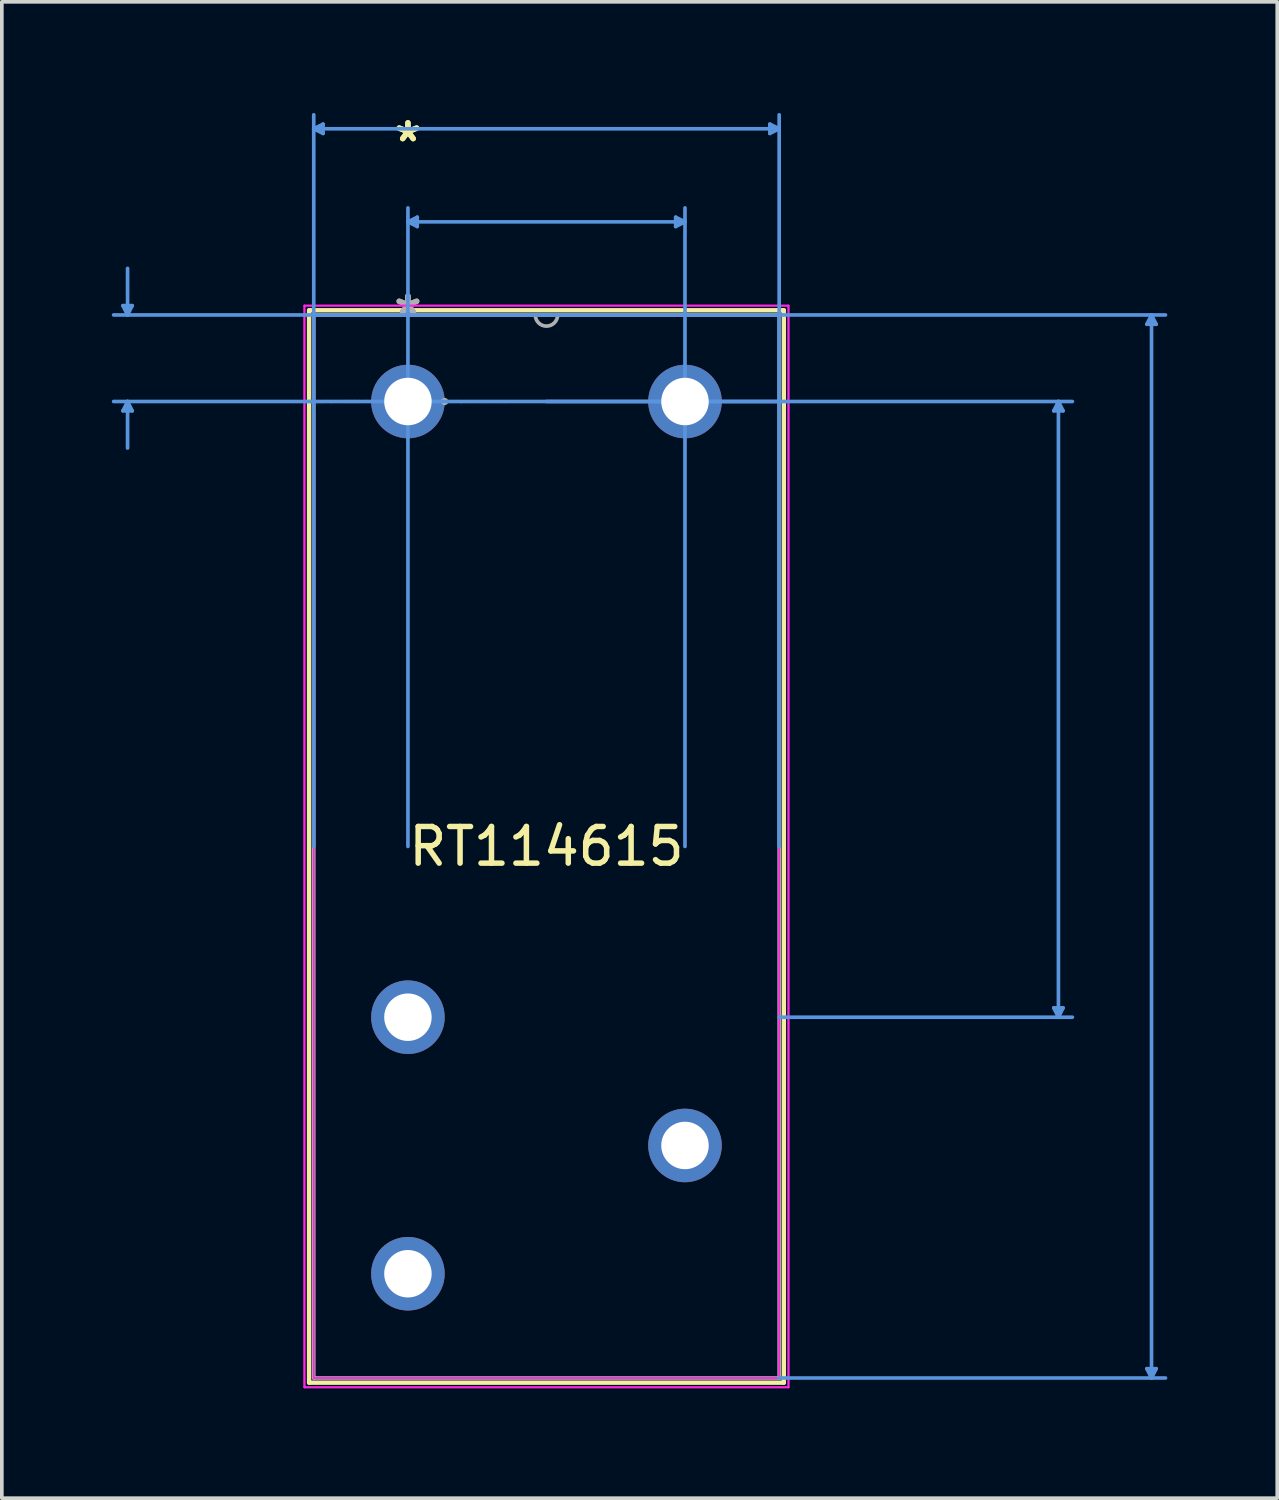
<source format=kicad_pcb>
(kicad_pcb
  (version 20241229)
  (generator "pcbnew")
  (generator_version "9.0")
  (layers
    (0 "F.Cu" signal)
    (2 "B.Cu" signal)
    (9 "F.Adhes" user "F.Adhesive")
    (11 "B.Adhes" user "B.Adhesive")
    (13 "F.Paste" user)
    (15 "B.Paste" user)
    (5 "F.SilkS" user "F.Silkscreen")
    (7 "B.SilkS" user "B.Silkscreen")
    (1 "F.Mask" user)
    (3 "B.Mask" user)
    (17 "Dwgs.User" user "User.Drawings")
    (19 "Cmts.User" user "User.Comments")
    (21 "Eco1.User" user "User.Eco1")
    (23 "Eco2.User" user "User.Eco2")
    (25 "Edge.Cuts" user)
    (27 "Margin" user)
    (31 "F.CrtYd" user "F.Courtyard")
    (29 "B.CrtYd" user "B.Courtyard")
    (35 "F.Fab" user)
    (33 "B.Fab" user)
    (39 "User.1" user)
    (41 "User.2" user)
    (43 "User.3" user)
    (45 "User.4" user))
  (footprint "RT114615"
    (layer "F.Cu")
    (at 8.081 7.906)
    (property "Reference" "RT114615" (at 3.78 12.141 0) (layer "F.SilkS") (effects (font (size 1 1) (thickness 0.15))))
    (attr through_hole)
    (fp_line (start -2.697 -2.489) (end -2.697 26.772) (stroke (width 0.12) (type solid)) (layer "F.SilkS"))
    (fp_line (start -2.697 26.772) (end 10.257 26.772) (stroke (width 0.12) (type solid)) (layer "F.SilkS"))
    (fp_line (start 10.257 -2.489) (end -2.697 -2.489) (stroke (width 0.12) (type solid)) (layer "F.SilkS"))
    (fp_line (start 10.257 26.772) (end 10.257 -2.489) (stroke (width 0.12) (type solid)) (layer "F.SilkS"))
    (fp_line (start -7.777 -2.616) (end -7.523 -2.616) (stroke (width 0.1) (type solid)) (layer "Cmts.User"))
    (fp_line (start -7.777 0.254) (end -7.523 0.254) (stroke (width 0.1) (type solid)) (layer "Cmts.User"))
    (fp_line (start -7.65 -2.362) (end -7.777 -2.616) (stroke (width 0.1) (type solid)) (layer "Cmts.User"))
    (fp_line (start -7.65 -2.362) (end -7.65 -3.632) (stroke (width 0.1) (type solid)) (layer "Cmts.User"))
    (fp_line (start -7.65 -2.362) (end -7.523 -2.616) (stroke (width 0.1) (type solid)) (layer "Cmts.User"))
    (fp_line (start -7.65 0) (end -7.777 0.254) (stroke (width 0.1) (type solid)) (layer "Cmts.User"))
    (fp_line (start -7.65 0) (end -7.65 1.27) (stroke (width 0.1) (type solid)) (layer "Cmts.User"))
    (fp_line (start -7.65 0) (end -7.523 0.254) (stroke (width 0.1) (type solid)) (layer "Cmts.User"))
    (fp_line (start -2.57 -7.442) (end -2.316 -7.569) (stroke (width 0.1) (type solid)) (layer "Cmts.User"))
    (fp_line (start -2.57 -7.442) (end -2.316 -7.315) (stroke (width 0.1) (type solid)) (layer "Cmts.User"))
    (fp_line (start -2.57 -7.442) (end 10.13 -7.442) (stroke (width 0.1) (type solid)) (layer "Cmts.User"))
    (fp_line (start -2.57 12.141) (end -2.57 -7.823) (stroke (width 0.1) (type solid)) (layer "Cmts.User"))
    (fp_line (start -2.316 -7.569) (end -2.316 -7.315) (stroke (width 0.1) (type solid)) (layer "Cmts.User"))
    (fp_line (start 0 -4.902) (end 0.254 -5.029) (stroke (width 0.1) (type solid)) (layer "Cmts.User"))
    (fp_line (start 0 -4.902) (end 0.254 -4.775) (stroke (width 0.1) (type solid)) (layer "Cmts.User"))
    (fp_line (start 0 -4.902) (end 7.56 -4.902) (stroke (width 0.1) (type solid)) (layer "Cmts.User"))
    (fp_line (start 0 12.141) (end 0 -5.283) (stroke (width 0.1) (type solid)) (layer "Cmts.User"))
    (fp_line (start 0.254 -5.029) (end 0.254 -4.775) (stroke (width 0.1) (type solid)) (layer "Cmts.User"))
    (fp_line (start 3.78 -2.362) (end -8.031 -2.362) (stroke (width 0.1) (type solid)) (layer "Cmts.User"))
    (fp_line (start 3.78 -2.362) (end 20.671 -2.362) (stroke (width 0.1) (type solid)) (layer "Cmts.User"))
    (fp_line (start 3.78 0) (end 18.131 0) (stroke (width 0.1) (type solid)) (layer "Cmts.User"))
    (fp_line (start 7.306 -5.029) (end 7.306 -4.775) (stroke (width 0.1) (type solid)) (layer "Cmts.User"))
    (fp_line (start 7.56 -4.902) (end 7.306 -5.029) (stroke (width 0.1) (type solid)) (layer "Cmts.User"))
    (fp_line (start 7.56 -4.902) (end 7.306 -4.775) (stroke (width 0.1) (type solid)) (layer "Cmts.User"))
    (fp_line (start 7.56 12.141) (end 7.56 -5.283) (stroke (width 0.1) (type solid)) (layer "Cmts.User"))
    (fp_line (start 9.876 -7.569) (end 9.876 -7.315) (stroke (width 0.1) (type solid)) (layer "Cmts.User"))
    (fp_line (start 10.13 -7.442) (end 9.876 -7.569) (stroke (width 0.1) (type solid)) (layer "Cmts.User"))
    (fp_line (start 10.13 -7.442) (end 9.876 -7.315) (stroke (width 0.1) (type solid)) (layer "Cmts.User"))
    (fp_line (start 10.13 0) (end -8.031 0) (stroke (width 0.1) (type solid)) (layer "Cmts.User"))
    (fp_line (start 10.13 12.141) (end 10.13 -7.823) (stroke (width 0.1) (type solid)) (layer "Cmts.User"))
    (fp_line (start 10.13 16.8) (end 18.131 16.8) (stroke (width 0.1) (type solid)) (layer "Cmts.User"))
    (fp_line (start 10.13 26.645) (end 20.671 26.645) (stroke (width 0.1) (type solid)) (layer "Cmts.User"))
    (fp_line (start 17.623 0.254) (end 17.877 0.254) (stroke (width 0.1) (type solid)) (layer "Cmts.User"))
    (fp_line (start 17.623 16.546) (end 17.877 16.546) (stroke (width 0.1) (type solid)) (layer "Cmts.User"))
    (fp_line (start 17.75 0) (end 17.623 0.254) (stroke (width 0.1) (type solid)) (layer "Cmts.User"))
    (fp_line (start 17.75 0) (end 17.75 16.8) (stroke (width 0.1) (type solid)) (layer "Cmts.User"))
    (fp_line (start 17.75 0) (end 17.877 0.254) (stroke (width 0.1) (type solid)) (layer "Cmts.User"))
    (fp_line (start 17.75 16.8) (end 17.623 16.546) (stroke (width 0.1) (type solid)) (layer "Cmts.User"))
    (fp_line (start 17.75 16.8) (end 17.877 16.546) (stroke (width 0.1) (type solid)) (layer "Cmts.User"))
    (fp_line (start 20.163 -2.108) (end 20.417 -2.108) (stroke (width 0.1) (type solid)) (layer "Cmts.User"))
    (fp_line (start 20.163 26.391) (end 20.417 26.391) (stroke (width 0.1) (type solid)) (layer "Cmts.User"))
    (fp_line (start 20.29 -2.362) (end 20.163 -2.108) (stroke (width 0.1) (type solid)) (layer "Cmts.User"))
    (fp_line (start 20.29 -2.362) (end 20.29 26.645) (stroke (width 0.1) (type solid)) (layer "Cmts.User"))
    (fp_line (start 20.29 -2.362) (end 20.417 -2.108) (stroke (width 0.1) (type solid)) (layer "Cmts.User"))
    (fp_line (start 20.29 26.645) (end 20.163 26.391) (stroke (width 0.1) (type solid)) (layer "Cmts.User"))
    (fp_line (start 20.29 26.645) (end 20.417 26.391) (stroke (width 0.1) (type solid)) (layer "Cmts.User"))
    (fp_line (start -2.824 -2.616) (end 10.384 -2.616) (stroke (width 0.05) (type solid)) (layer "F.CrtYd"))
    (fp_line (start -2.824 -2.616) (end 10.384 -2.616) (stroke (width 0.05) (type solid)) (layer "F.CrtYd"))
    (fp_line (start -2.824 26.899) (end -2.824 -2.616) (stroke (width 0.05) (type solid)) (layer "F.CrtYd"))
    (fp_line (start -2.824 26.899) (end -2.824 -2.616) (stroke (width 0.05) (type solid)) (layer "F.CrtYd"))
    (fp_line (start -2.57 -2.362) (end 10.13 -2.362) (stroke (width 0.05) (type solid)) (layer "F.CrtYd"))
    (fp_line (start -2.57 26.645) (end -2.57 -2.362) (stroke (width 0.05) (type solid)) (layer "F.CrtYd"))
    (fp_line (start 10.13 -2.362) (end 10.13 26.645) (stroke (width 0.05) (type solid)) (layer "F.CrtYd"))
    (fp_line (start 10.13 26.645) (end -2.57 26.645) (stroke (width 0.05) (type solid)) (layer "F.CrtYd"))
    (fp_line (start 10.384 -2.616) (end 10.384 26.899) (stroke (width 0.05) (type solid)) (layer "F.CrtYd"))
    (fp_line (start 10.384 -2.616) (end 10.384 26.899) (stroke (width 0.05) (type solid)) (layer "F.CrtYd"))
    (fp_line (start 10.384 26.899) (end -2.824 26.899) (stroke (width 0.05) (type solid)) (layer "F.CrtYd"))
    (fp_line (start 10.384 26.899) (end -2.824 26.899) (stroke (width 0.05) (type solid)) (layer "F.CrtYd"))
    (fp_line (start -2.57 -2.362) (end -2.57 26.645) (stroke (width 0.1) (type solid)) (layer "F.Fab"))
    (fp_line (start -2.57 26.645) (end 10.13 26.645) (stroke (width 0.1) (type solid)) (layer "F.Fab"))
    (fp_line (start 10.13 -2.362) (end -2.57 -2.362) (stroke (width 0.1) (type solid)) (layer "F.Fab"))
    (fp_line (start 10.13 26.645) (end 10.13 -2.362) (stroke (width 0.1) (type solid)) (layer "F.Fab"))
    (fp_arc (start 4.0848 -2.3622) (mid 3.78 -2.0574) (end 3.4752 -2.3622) (stroke (width 0.1) (type solid)) (layer "F.Fab"))
    (fp_circle (center 1.003 0) (end 1.003 0) (stroke (width 0.1) (type solid)) (fill no) (layer "F.Fab"))
    (fp_text user "*" (at 0 -7.058 0) (layer "F.SilkS") (effects (font (size 1 1) (thickness 0.15))))
    (fp_text user "*" (at 0 -7.058 0) (layer "F.SilkS") (effects (font (size 1 1) (thickness 0.15))))
    (fp_text user "Copyright 2021 Accelerated Designs. All rights reserved." (at 0 0 0) (layer "Cmts.User") (effects (font (size 0.127 0.127) (thickness 0.002))))
    (fp_text user "*" (at 0 -2.333 0) (layer "F.Fab") (effects (font (size 1 1) (thickness 0.15))))
    (fp_text user "*" (at 0 -2.333 0) (layer "F.Fab") (effects (font (size 1 1) (thickness 0.15))))
    (pad "1" thru_hole circle (at 0 0) (size 2.007 2.007) (drill 1.295) (layers "*.Cu" "*.Mask"))
    (pad "2" thru_hole circle (at 0 16.8) (size 2.007 2.007) (drill 1.295) (layers "*.Cu" "*.Mask"))
    (pad "3" thru_hole circle (at 0 23.8) (size 2.007 2.007) (drill 1.295) (layers "*.Cu" "*.Mask"))
    (pad "4" thru_hole circle (at 7.56 20.3) (size 2.007 2.007) (drill 1.295) (layers "*.Cu" "*.Mask"))
    (pad "5" thru_hole circle (at 7.56 0) (size 2.007 2.007) (drill 1.295) (layers "*.Cu" "*.Mask")))
  (gr_rect
    (start -3 -3)
    (end 31.802 37.83)
    (stroke (width 0.1) (type default))
    (fill no)
    (layer "Edge.Cuts")))
</source>
